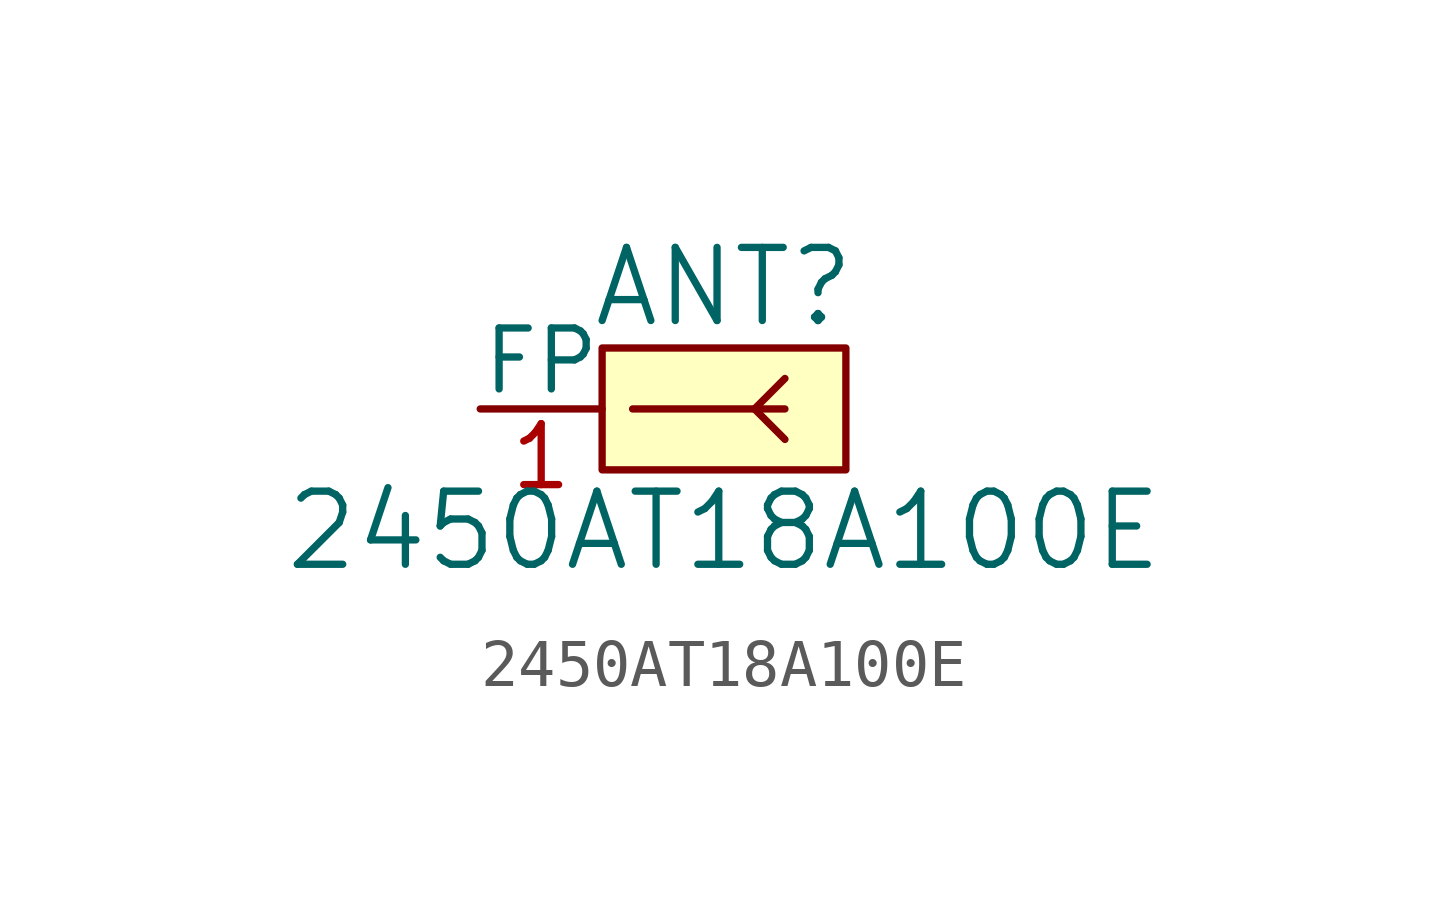
<source format=kicad_sym>
(kicad_symbol_lib
  (version 20201005)
  (generator kicad_symbol_editor)
  (symbol "2450AT18A100E"
    (pin_names
      (offset 0))
    (property "Reference" "ANT"
      (at 0 2.54 0)
      (effects (font (size 1.524 1.524))))
    (property "Value" "2450AT18A100E"
      (at 0 -2.54 0)
      (effects (font (size 1.524 1.524))))
    (symbol "2450AT18A100E_0_1"
      (rectangle (start -2.54 1.27) (end 2.54 -1.27) (stroke (width 0)) (fill (type background)))
      (polyline (pts (xy 0.635 0) (xy 1.27 -0.635)) (stroke (width 0)) (fill (type none)))
      (polyline (pts (xy 0.635 0) (xy 1.27 0)) (stroke (width 0)) (fill (type none)))
      (polyline (pts (xy -1.905 0) (xy 0.635 0) (xy 1.27 0.635)) (stroke (width 0)) (fill (type none))))
    (symbol "2450AT18A100E_1_1"
      (pin input line (at -5.08 0 0) (length 2.54) (name "FP" (effects (font (size 1.27 1.27)))) (number "1" (effects (font (size 1.27 1.27)))))
      (pin no_connect line (at 5.08 0 180) (length 2.54) hide (name "NC" (effects (font (size 1.27 1.27)))) (number "2" (effects (font (size 1.27 1.27))))))))
</source>
